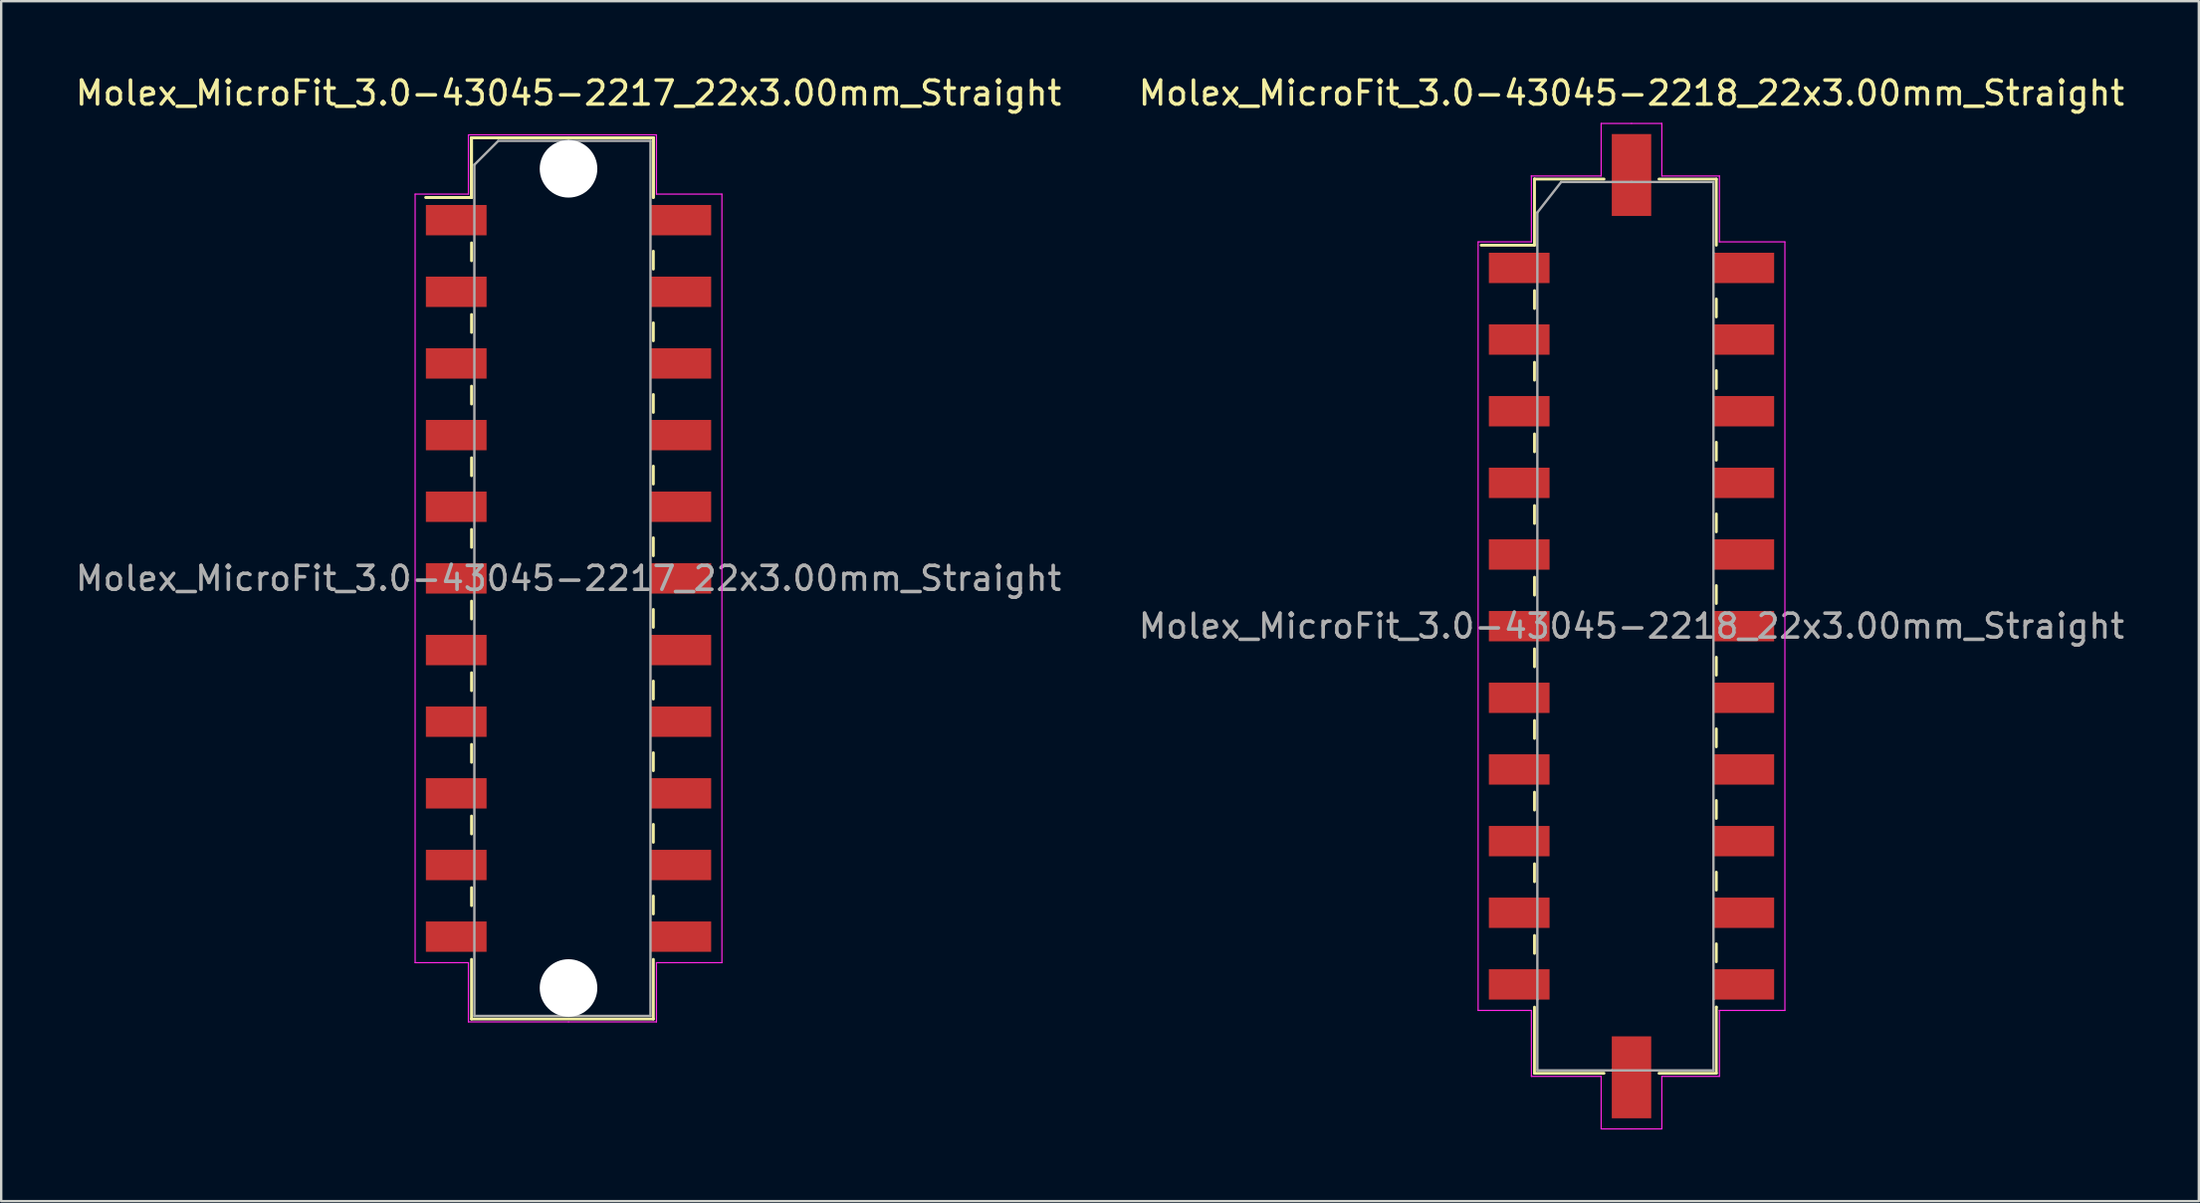
<source format=kicad_pcb>
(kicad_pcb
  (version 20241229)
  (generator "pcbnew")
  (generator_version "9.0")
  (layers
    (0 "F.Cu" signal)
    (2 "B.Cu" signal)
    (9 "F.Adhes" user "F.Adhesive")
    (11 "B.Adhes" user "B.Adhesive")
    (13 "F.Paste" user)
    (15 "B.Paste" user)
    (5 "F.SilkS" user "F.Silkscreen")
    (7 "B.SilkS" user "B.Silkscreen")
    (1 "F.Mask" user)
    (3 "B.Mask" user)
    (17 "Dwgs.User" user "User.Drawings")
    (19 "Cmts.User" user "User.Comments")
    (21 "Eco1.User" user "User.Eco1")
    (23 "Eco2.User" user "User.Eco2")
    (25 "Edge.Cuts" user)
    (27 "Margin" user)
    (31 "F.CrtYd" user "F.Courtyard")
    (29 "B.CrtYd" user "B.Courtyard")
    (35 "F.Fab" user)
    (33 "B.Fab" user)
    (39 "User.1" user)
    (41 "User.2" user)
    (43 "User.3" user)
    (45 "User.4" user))
  (footprint "Molex_MicroFit_3.0-43045-2217_22x3.00mm_Straight"
    (layer "F.Cu")
    (at 20.744 21.168)
    (property "Reference" "Molex_MicroFit_3.0-43045-2217_22x3.00mm_Straight" (at 0 -20.32 0) (layer "F.SilkS") (effects (font (size 1 1) (thickness 0.15))))
    (attr smd)
    (fp_line (start -5.97 -15.95) (end -4.06 -15.95) (stroke (width 0.12) (type solid)) (layer "F.SilkS"))
    (fp_line (start -5.97 -15.95) (end -4.06 -15.95) (stroke (width 0.12) (type solid)) (layer "F.SilkS"))
    (fp_line (start -4.06 -18.45) (end 3.55 -18.45) (stroke (width 0.12) (type solid)) (layer "F.SilkS"))
    (fp_line (start -4.06 -18.45) (end 3.55 -18.45) (stroke (width 0.12) (type solid)) (layer "F.SilkS"))
    (fp_line (start -4.06 -15.95) (end -4.06 -18.45) (stroke (width 0.12) (type solid)) (layer "F.SilkS"))
    (fp_line (start -4.06 -15.95) (end -4.06 -18.45) (stroke (width 0.12) (type solid)) (layer "F.SilkS"))
    (fp_line (start -4.06 -14.05) (end -4.06 -13.3) (stroke (width 0.12) (type solid)) (layer "F.SilkS"))
    (fp_line (start -4.06 -11.05) (end -4.06 -10.3) (stroke (width 0.12) (type solid)) (layer "F.SilkS"))
    (fp_line (start -4.06 -8.05) (end -4.06 -7.3) (stroke (width 0.12) (type solid)) (layer "F.SilkS"))
    (fp_line (start -4.06 -5.05) (end -4.06 -4.3) (stroke (width 0.12) (type solid)) (layer "F.SilkS"))
    (fp_line (start -4.06 -2.05) (end -4.06 -1.3) (stroke (width 0.12) (type solid)) (layer "F.SilkS"))
    (fp_line (start -4.06 0.95) (end -4.06 1.7) (stroke (width 0.12) (type solid)) (layer "F.SilkS"))
    (fp_line (start -4.06 3.95) (end -4.06 4.7) (stroke (width 0.12) (type solid)) (layer "F.SilkS"))
    (fp_line (start -4.06 6.95) (end -4.06 7.7) (stroke (width 0.12) (type solid)) (layer "F.SilkS"))
    (fp_line (start -4.06 9.95) (end -4.06 10.7) (stroke (width 0.12) (type solid)) (layer "F.SilkS"))
    (fp_line (start -4.06 12.95) (end -4.06 13.7) (stroke (width 0.12) (type solid)) (layer "F.SilkS"))
    (fp_line (start -4.06 18.45) (end -4.06 15.95) (stroke (width 0.12) (type solid)) (layer "F.SilkS"))
    (fp_line (start 3.55 -18.45) (end 3.55 -15.95) (stroke (width 0.12) (type solid)) (layer "F.SilkS"))
    (fp_line (start 3.55 -18.45) (end 3.55 -15.95) (stroke (width 0.12) (type solid)) (layer "F.SilkS"))
    (fp_line (start 3.55 -12.95) (end 3.55 -13.7) (stroke (width 0.12) (type solid)) (layer "F.SilkS"))
    (fp_line (start 3.55 -9.95) (end 3.55 -10.7) (stroke (width 0.12) (type solid)) (layer "F.SilkS"))
    (fp_line (start 3.55 -6.95) (end 3.55 -7.7) (stroke (width 0.12) (type solid)) (layer "F.SilkS"))
    (fp_line (start 3.55 -3.95) (end 3.55 -4.7) (stroke (width 0.12) (type solid)) (layer "F.SilkS"))
    (fp_line (start 3.55 -0.95) (end 3.55 -1.7) (stroke (width 0.12) (type solid)) (layer "F.SilkS"))
    (fp_line (start 3.55 2.05) (end 3.55 1.3) (stroke (width 0.12) (type solid)) (layer "F.SilkS"))
    (fp_line (start 3.55 5.05) (end 3.55 4.3) (stroke (width 0.12) (type solid)) (layer "F.SilkS"))
    (fp_line (start 3.55 8.05) (end 3.55 7.3) (stroke (width 0.12) (type solid)) (layer "F.SilkS"))
    (fp_line (start 3.55 11.05) (end 3.55 10.3) (stroke (width 0.12) (type solid)) (layer "F.SilkS"))
    (fp_line (start 3.55 14.05) (end 3.55 13.3) (stroke (width 0.12) (type solid)) (layer "F.SilkS"))
    (fp_line (start 3.55 15.95) (end 3.55 18.45) (stroke (width 0.12) (type solid)) (layer "F.SilkS"))
    (fp_line (start 3.55 18.45) (end -4.06 18.45) (stroke (width 0.12) (type solid)) (layer "F.SilkS"))
    (fp_line (start -6.42 -16.09) (end -4.19 -16.09) (stroke (width 0.05) (type solid)) (layer "F.CrtYd"))
    (fp_line (start -6.42 16.09) (end -6.42 -16.09) (stroke (width 0.05) (type solid)) (layer "F.CrtYd"))
    (fp_line (start -4.19 -18.57) (end 0 -18.57) (stroke (width 0.05) (type solid)) (layer "F.CrtYd"))
    (fp_line (start -4.19 -16.09) (end -4.19 -18.57) (stroke (width 0.05) (type solid)) (layer "F.CrtYd"))
    (fp_line (start -4.19 16.09) (end -6.42 16.09) (stroke (width 0.05) (type solid)) (layer "F.CrtYd"))
    (fp_line (start -4.19 18.57) (end -4.19 16.09) (stroke (width 0.05) (type solid)) (layer "F.CrtYd"))
    (fp_line (start 0 -18.57) (end 3.68 -18.57) (stroke (width 0.05) (type solid)) (layer "F.CrtYd"))
    (fp_line (start 0 18.57) (end -4.19 18.57) (stroke (width 0.05) (type solid)) (layer "F.CrtYd"))
    (fp_line (start 3.68 -18.57) (end 3.68 -16.09) (stroke (width 0.05) (type solid)) (layer "F.CrtYd"))
    (fp_line (start 3.68 -16.09) (end 6.42 -16.09) (stroke (width 0.05) (type solid)) (layer "F.CrtYd"))
    (fp_line (start 3.68 16.09) (end 3.68 18.57) (stroke (width 0.05) (type solid)) (layer "F.CrtYd"))
    (fp_line (start 3.68 18.57) (end 0 18.57) (stroke (width 0.05) (type solid)) (layer "F.CrtYd"))
    (fp_line (start 6.42 -16.09) (end 6.42 16.09) (stroke (width 0.05) (type solid)) (layer "F.CrtYd"))
    (fp_line (start 6.42 16.09) (end 3.68 16.09) (stroke (width 0.05) (type solid)) (layer "F.CrtYd"))
    (fp_line (start -3.94 -17.32) (end -2.94 -18.32) (stroke (width 0.1) (type solid)) (layer "F.Fab"))
    (fp_line (start -3.94 18.32) (end -3.94 -17.32) (stroke (width 0.1) (type solid)) (layer "F.Fab"))
    (fp_line (start -2.94 -18.32) (end 0 -18.32) (stroke (width 0.1) (type solid)) (layer "F.Fab"))
    (fp_line (start 0 -18.32) (end 3.43 -18.32) (stroke (width 0.1) (type solid)) (layer "F.Fab"))
    (fp_line (start 0 18.32) (end -3.94 18.32) (stroke (width 0.1) (type solid)) (layer "F.Fab"))
    (fp_line (start 3.43 -18.32) (end 3.43 18.32) (stroke (width 0.1) (type solid)) (layer "F.Fab"))
    (fp_line (start 3.43 18.32) (end 0 18.32) (stroke (width 0.1) (type solid)) (layer "F.Fab"))
    (fp_text user "${REFERENCE}" (at 0 0 0) (layer "F.Fab") (effects (font (size 1 1) (thickness 0.15))))
    (pad "" np_thru_hole circle (at 0 -17.15) (size 2.41 2.41) (drill 2.41) (layers "*.Cu"))
    (pad "" np_thru_hole circle (at 0 17.15) (size 2.41 2.41) (drill 2.41) (layers "*.Cu"))
    (pad "1" smd rect (at -4.7 -15) (size 2.54 1.27) (layers "F.Cu" "F.Mask" "F.Paste"))
    (pad "2" smd rect (at -4.7 -12) (size 2.54 1.27) (layers "F.Cu" "F.Mask" "F.Paste"))
    (pad "3" smd rect (at -4.7 -9) (size 2.54 1.27) (layers "F.Cu" "F.Mask" "F.Paste"))
    (pad "4" smd rect (at -4.7 -6) (size 2.54 1.27) (layers "F.Cu" "F.Mask" "F.Paste"))
    (pad "5" smd rect (at -4.7 -3) (size 2.54 1.27) (layers "F.Cu" "F.Mask" "F.Paste"))
    (pad "6" smd rect (at -4.7 0) (size 2.54 1.27) (layers "F.Cu" "F.Mask" "F.Paste"))
    (pad "7" smd rect (at -4.7 3) (size 2.54 1.27) (layers "F.Cu" "F.Mask" "F.Paste"))
    (pad "8" smd rect (at -4.7 6) (size 2.54 1.27) (layers "F.Cu" "F.Mask" "F.Paste"))
    (pad "9" smd rect (at -4.7 9) (size 2.54 1.27) (layers "F.Cu" "F.Mask" "F.Paste"))
    (pad "10" smd rect (at -4.7 12) (size 2.54 1.27) (layers "F.Cu" "F.Mask" "F.Paste"))
    (pad "11" smd rect (at -4.7 15) (size 2.54 1.27) (layers "F.Cu" "F.Mask" "F.Paste"))
    (pad "12" smd rect (at 4.7 15) (size 2.54 1.27) (layers "F.Cu" "F.Mask" "F.Paste"))
    (pad "13" smd rect (at 4.7 12) (size 2.54 1.27) (layers "F.Cu" "F.Mask" "F.Paste"))
    (pad "14" smd rect (at 4.7 9) (size 2.54 1.27) (layers "F.Cu" "F.Mask" "F.Paste"))
    (pad "15" smd rect (at 4.7 6) (size 2.54 1.27) (layers "F.Cu" "F.Mask" "F.Paste"))
    (pad "16" smd rect (at 4.7 3) (size 2.54 1.27) (layers "F.Cu" "F.Mask" "F.Paste"))
    (pad "17" smd rect (at 4.7 0) (size 2.54 1.27) (layers "F.Cu" "F.Mask" "F.Paste"))
    (pad "18" smd rect (at 4.7 -3) (size 2.54 1.27) (layers "F.Cu" "F.Mask" "F.Paste"))
    (pad "19" smd rect (at 4.7 -6) (size 2.54 1.27) (layers "F.Cu" "F.Mask" "F.Paste"))
    (pad "20" smd rect (at 4.7 -9) (size 2.54 1.27) (layers "F.Cu" "F.Mask" "F.Paste"))
    (pad "21" smd rect (at 4.7 -12) (size 2.54 1.27) (layers "F.Cu" "F.Mask" "F.Paste"))
    (pad "22" smd rect (at 4.7 -15) (size 2.54 1.27) (layers "F.Cu" "F.Mask" "F.Paste")))
  (footprint "Molex_MicroFit_3.0-43045-2218_22x3.00mm_Straight"
    (layer "F.Cu")
    (at 65.232 23.168)
    (property "Reference" "Molex_MicroFit_3.0-43045-2218_22x3.00mm_Straight" (at 0 -22.32 0) (layer "F.SilkS") (effects (font (size 1 1) (thickness 0.15))))
    (attr smd)
    (fp_line (start -6.29 -15.95) (end -4.06 -15.95) (stroke (width 0.12) (type solid)) (layer "F.SilkS"))
    (fp_line (start -4.06 -18.72) (end -4.06 -18.72) (stroke (width 0.12) (type solid)) (layer "F.SilkS"))
    (fp_line (start -4.06 -18.72) (end -1.15 -18.72) (stroke (width 0.12) (type solid)) (layer "F.SilkS"))
    (fp_line (start -4.06 -15.95) (end -4.06 -18.72) (stroke (width 0.12) (type solid)) (layer "F.SilkS"))
    (fp_line (start -4.06 -14.05) (end -4.06 -13.3) (stroke (width 0.12) (type solid)) (layer "F.SilkS"))
    (fp_line (start -4.06 -11.05) (end -4.06 -10.3) (stroke (width 0.12) (type solid)) (layer "F.SilkS"))
    (fp_line (start -4.06 -8.05) (end -4.06 -7.3) (stroke (width 0.12) (type solid)) (layer "F.SilkS"))
    (fp_line (start -4.06 -5.05) (end -4.06 -4.3) (stroke (width 0.12) (type solid)) (layer "F.SilkS"))
    (fp_line (start -4.06 -2.05) (end -4.06 -1.3) (stroke (width 0.12) (type solid)) (layer "F.SilkS"))
    (fp_line (start -4.06 0.95) (end -4.06 1.7) (stroke (width 0.12) (type solid)) (layer "F.SilkS"))
    (fp_line (start -4.06 3.95) (end -4.06 4.7) (stroke (width 0.12) (type solid)) (layer "F.SilkS"))
    (fp_line (start -4.06 6.95) (end -4.06 7.7) (stroke (width 0.12) (type solid)) (layer "F.SilkS"))
    (fp_line (start -4.06 9.95) (end -4.06 10.7) (stroke (width 0.12) (type solid)) (layer "F.SilkS"))
    (fp_line (start -4.06 12.95) (end -4.06 13.7) (stroke (width 0.12) (type solid)) (layer "F.SilkS"))
    (fp_line (start -4.06 18.72) (end -4.06 15.95) (stroke (width 0.12) (type solid)) (layer "F.SilkS"))
    (fp_line (start -1.15 18.72) (end -4.06 18.72) (stroke (width 0.12) (type solid)) (layer "F.SilkS"))
    (fp_line (start 1.15 -18.72) (end 3.55 -18.72) (stroke (width 0.12) (type solid)) (layer "F.SilkS"))
    (fp_line (start 3.55 -18.72) (end 3.55 -15.95) (stroke (width 0.12) (type solid)) (layer "F.SilkS"))
    (fp_line (start 3.55 -12.95) (end 3.55 -13.7) (stroke (width 0.12) (type solid)) (layer "F.SilkS"))
    (fp_line (start 3.55 -9.95) (end 3.55 -10.7) (stroke (width 0.12) (type solid)) (layer "F.SilkS"))
    (fp_line (start 3.55 -6.95) (end 3.55 -7.7) (stroke (width 0.12) (type solid)) (layer "F.SilkS"))
    (fp_line (start 3.55 -3.95) (end 3.55 -4.7) (stroke (width 0.12) (type solid)) (layer "F.SilkS"))
    (fp_line (start 3.55 -0.95) (end 3.55 -1.7) (stroke (width 0.12) (type solid)) (layer "F.SilkS"))
    (fp_line (start 3.55 2.05) (end 3.55 1.3) (stroke (width 0.12) (type solid)) (layer "F.SilkS"))
    (fp_line (start 3.55 5.05) (end 3.55 4.3) (stroke (width 0.12) (type solid)) (layer "F.SilkS"))
    (fp_line (start 3.55 8.05) (end 3.55 7.3) (stroke (width 0.12) (type solid)) (layer "F.SilkS"))
    (fp_line (start 3.55 11.05) (end 3.55 10.3) (stroke (width 0.12) (type solid)) (layer "F.SilkS"))
    (fp_line (start 3.55 14.05) (end 3.55 13.3) (stroke (width 0.12) (type solid)) (layer "F.SilkS"))
    (fp_line (start 3.55 15.95) (end 3.55 15.95) (stroke (width 0.12) (type solid)) (layer "F.SilkS"))
    (fp_line (start 3.55 15.95) (end 3.55 18.72) (stroke (width 0.12) (type solid)) (layer "F.SilkS"))
    (fp_line (start 3.55 18.72) (end 1.15 18.72) (stroke (width 0.12) (type solid)) (layer "F.SilkS"))
    (fp_line (start -6.42 -16.09) (end -4.19 -16.09) (stroke (width 0.05) (type solid)) (layer "F.CrtYd"))
    (fp_line (start -6.42 16.09) (end -6.42 -16.09) (stroke (width 0.05) (type solid)) (layer "F.CrtYd"))
    (fp_line (start -4.19 -18.85) (end -4.19 -18.85) (stroke (width 0.05) (type solid)) (layer "F.CrtYd"))
    (fp_line (start -4.19 -18.85) (end -1.27 -18.85) (stroke (width 0.05) (type solid)) (layer "F.CrtYd"))
    (fp_line (start -4.19 -16.09) (end -4.19 -18.85) (stroke (width 0.05) (type solid)) (layer "F.CrtYd"))
    (fp_line (start -4.19 16.09) (end -6.42 16.09) (stroke (width 0.05) (type solid)) (layer "F.CrtYd"))
    (fp_line (start -4.19 18.85) (end -4.19 16.09) (stroke (width 0.05) (type solid)) (layer "F.CrtYd"))
    (fp_line (start -1.27 -21.05) (end 0 -21.05) (stroke (width 0.05) (type solid)) (layer "F.CrtYd"))
    (fp_line (start -1.27 -18.85) (end -1.27 -21.05) (stroke (width 0.05) (type solid)) (layer "F.CrtYd"))
    (fp_line (start -1.27 18.85) (end -4.19 18.85) (stroke (width 0.05) (type solid)) (layer "F.CrtYd"))
    (fp_line (start -1.27 21.05) (end -1.27 18.85) (stroke (width 0.05) (type solid)) (layer "F.CrtYd"))
    (fp_line (start 0 -21.05) (end 1.27 -21.05) (stroke (width 0.05) (type solid)) (layer "F.CrtYd"))
    (fp_line (start 0 21.05) (end -1.27 21.05) (stroke (width 0.05) (type solid)) (layer "F.CrtYd"))
    (fp_line (start 1.27 -21.05) (end 1.27 -18.85) (stroke (width 0.05) (type solid)) (layer "F.CrtYd"))
    (fp_line (start 1.27 -18.85) (end 3.68 -18.85) (stroke (width 0.05) (type solid)) (layer "F.CrtYd"))
    (fp_line (start 1.27 18.85) (end 1.27 21.05) (stroke (width 0.05) (type solid)) (layer "F.CrtYd"))
    (fp_line (start 1.27 21.05) (end 0 21.05) (stroke (width 0.05) (type solid)) (layer "F.CrtYd"))
    (fp_line (start 3.68 -18.85) (end 3.68 -16.09) (stroke (width 0.05) (type solid)) (layer "F.CrtYd"))
    (fp_line (start 3.68 -16.09) (end 6.42 -16.09) (stroke (width 0.05) (type solid)) (layer "F.CrtYd"))
    (fp_line (start 3.68 16.09) (end 3.68 16.09) (stroke (width 0.05) (type solid)) (layer "F.CrtYd"))
    (fp_line (start 3.68 16.09) (end 3.68 18.85) (stroke (width 0.05) (type solid)) (layer "F.CrtYd"))
    (fp_line (start 3.68 18.85) (end 1.27 18.85) (stroke (width 0.05) (type solid)) (layer "F.CrtYd"))
    (fp_line (start 6.42 -16.09) (end 6.42 16.09) (stroke (width 0.05) (type solid)) (layer "F.CrtYd"))
    (fp_line (start 6.42 16.09) (end 3.68 16.09) (stroke (width 0.05) (type solid)) (layer "F.CrtYd"))
    (fp_line (start -3.94 -17.32) (end -2.94 -18.6) (stroke (width 0.1) (type solid)) (layer "F.Fab"))
    (fp_line (start -3.94 15.63) (end -3.94 -17.32) (stroke (width 0.1) (type solid)) (layer "F.Fab"))
    (fp_line (start -3.94 18.6) (end -3.94 15.63) (stroke (width 0.1) (type solid)) (layer "F.Fab"))
    (fp_line (start -2.94 -18.6) (end 0 -18.6) (stroke (width 0.1) (type solid)) (layer "F.Fab"))
    (fp_line (start -0.82 18.6) (end -3.94 18.6) (stroke (width 0.1) (type solid)) (layer "F.Fab"))
    (fp_line (start 0 -18.6) (end 3.43 -18.6) (stroke (width 0.1) (type solid)) (layer "F.Fab"))
    (fp_line (start 3.43 -18.6) (end 3.43 -15.63) (stroke (width 0.1) (type solid)) (layer "F.Fab"))
    (fp_line (start 3.43 -15.63) (end 3.43 15.63) (stroke (width 0.1) (type solid)) (layer "F.Fab"))
    (fp_line (start 3.43 15.63) (end 3.43 18.6) (stroke (width 0.1) (type solid)) (layer "F.Fab"))
    (fp_line (start 3.43 18.6) (end -0.82 18.6) (stroke (width 0.1) (type solid)) (layer "F.Fab"))
    (fp_text user "${REFERENCE}" (at 0 0 0) (layer "F.Fab") (effects (font (size 1 1) (thickness 0.15))))
    (pad "" smd rect (at 0 -18.89) (size 1.65 3.43) (layers "F.Cu" "F.Mask" "F.Paste"))
    (pad "" smd rect (at 0 18.89) (size 1.65 3.43) (layers "F.Cu" "F.Mask" "F.Paste"))
    (pad "1" smd rect (at -4.7 -15) (size 2.54 1.27) (layers "F.Cu" "F.Mask" "F.Paste"))
    (pad "2" smd rect (at -4.7 -12) (size 2.54 1.27) (layers "F.Cu" "F.Mask" "F.Paste"))
    (pad "3" smd rect (at -4.7 -9) (size 2.54 1.27) (layers "F.Cu" "F.Mask" "F.Paste"))
    (pad "4" smd rect (at -4.7 -6) (size 2.54 1.27) (layers "F.Cu" "F.Mask" "F.Paste"))
    (pad "5" smd rect (at -4.7 -3) (size 2.54 1.27) (layers "F.Cu" "F.Mask" "F.Paste"))
    (pad "6" smd rect (at -4.7 0) (size 2.54 1.27) (layers "F.Cu" "F.Mask" "F.Paste"))
    (pad "7" smd rect (at -4.7 3) (size 2.54 1.27) (layers "F.Cu" "F.Mask" "F.Paste"))
    (pad "8" smd rect (at -4.7 6) (size 2.54 1.27) (layers "F.Cu" "F.Mask" "F.Paste"))
    (pad "9" smd rect (at -4.7 9) (size 2.54 1.27) (layers "F.Cu" "F.Mask" "F.Paste"))
    (pad "10" smd rect (at -4.7 12) (size 2.54 1.27) (layers "F.Cu" "F.Mask" "F.Paste"))
    (pad "11" smd rect (at -4.7 15) (size 2.54 1.27) (layers "F.Cu" "F.Mask" "F.Paste"))
    (pad "12" smd rect (at 4.7 15) (size 2.54 1.27) (layers "F.Cu" "F.Mask" "F.Paste"))
    (pad "13" smd rect (at 4.7 12) (size 2.54 1.27) (layers "F.Cu" "F.Mask" "F.Paste"))
    (pad "14" smd rect (at 4.7 9) (size 2.54 1.27) (layers "F.Cu" "F.Mask" "F.Paste"))
    (pad "15" smd rect (at 4.7 6) (size 2.54 1.27) (layers "F.Cu" "F.Mask" "F.Paste"))
    (pad "16" smd rect (at 4.7 3) (size 2.54 1.27) (layers "F.Cu" "F.Mask" "F.Paste"))
    (pad "17" smd rect (at 4.7 0) (size 2.54 1.27) (layers "F.Cu" "F.Mask" "F.Paste"))
    (pad "18" smd rect (at 4.7 -3) (size 2.54 1.27) (layers "F.Cu" "F.Mask" "F.Paste"))
    (pad "19" smd rect (at 4.7 -6) (size 2.54 1.27) (layers "F.Cu" "F.Mask" "F.Paste"))
    (pad "20" smd rect (at 4.7 -9) (size 2.54 1.27) (layers "F.Cu" "F.Mask" "F.Paste"))
    (pad "21" smd rect (at 4.7 -12) (size 2.54 1.27) (layers "F.Cu" "F.Mask" "F.Paste"))
    (pad "22" smd rect (at 4.7 -15) (size 2.54 1.27) (layers "F.Cu" "F.Mask" "F.Paste")))
  (gr_rect
    (start -3 -3)
    (end 88.976 47.243)
    (stroke (width 0.1) (type default))
    (fill no)
    (layer "Edge.Cuts")))
</source>
